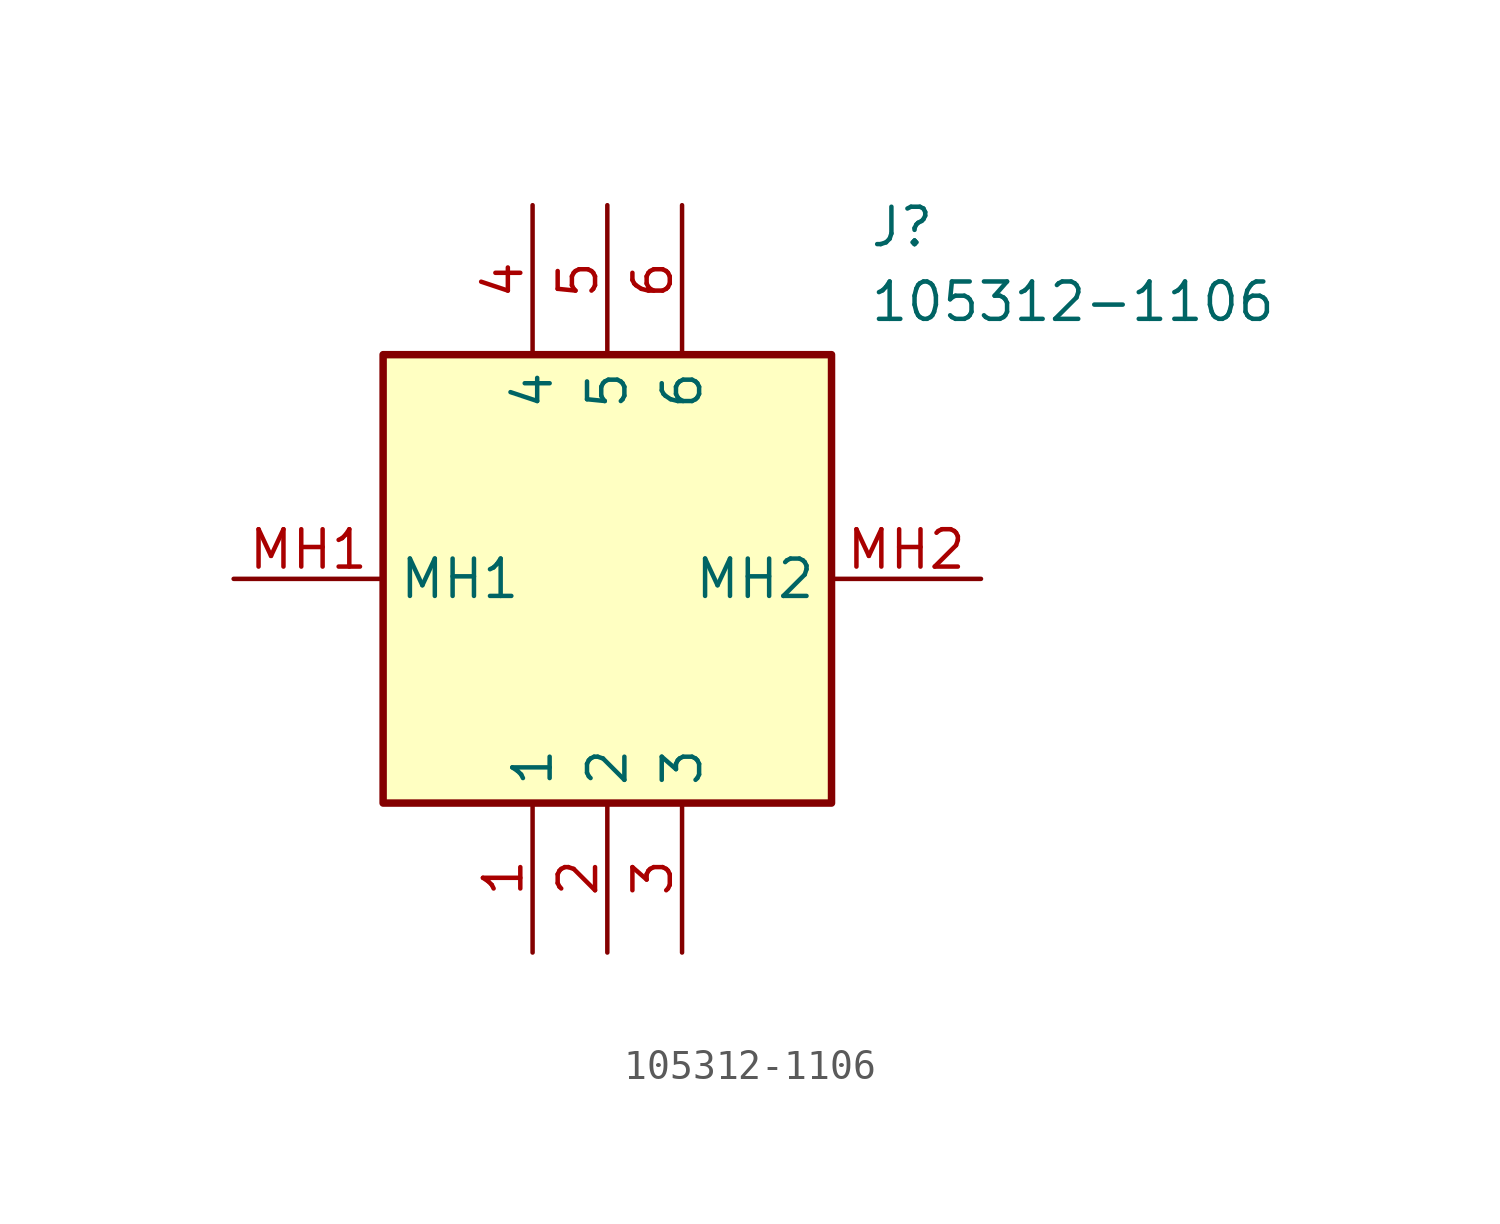
<source format=kicad_sym>
(kicad_symbol_lib
  (version 20211014)
  (generator SamacSys_ECAD_Model)
  (symbol "105312-1106"
    (property "Reference" "J"
      (at 21.59 12.7 0)
      (effects (font (size 1.27 1.27)) (justify left top)))
    (property "Value" "105312-1106"
      (at 21.59 10.16 0)
      (effects (font (size 1.27 1.27)) (justify left top)))
    (rectangle
      (start 5.08 7.62)
      (end 20.32 -7.62)
      (stroke (width 0.254) (type default))
      (fill (type background)))
    (pin passive line
      (at 10.16 -12.7 90)
      (length 5.08)
      (name "1" (effects (font (size 1.27 1.27))))
      (number "1" (effects (font (size 1.27 1.27)))))
    (pin passive line
      (at 12.7 -12.7 90)
      (length 5.08)
      (name "2" (effects (font (size 1.27 1.27))))
      (number "2" (effects (font (size 1.27 1.27)))))
    (pin passive line
      (at 15.24 -12.7 90)
      (length 5.08)
      (name "3" (effects (font (size 1.27 1.27))))
      (number "3" (effects (font (size 1.27 1.27)))))
    (pin passive line
      (at 10.16 12.7 270)
      (length 5.08)
      (name "4" (effects (font (size 1.27 1.27))))
      (number "4" (effects (font (size 1.27 1.27)))))
    (pin passive line
      (at 12.7 12.7 270)
      (length 5.08)
      (name "5" (effects (font (size 1.27 1.27))))
      (number "5" (effects (font (size 1.27 1.27)))))
    (pin passive line
      (at 15.24 12.7 270)
      (length 5.08)
      (name "6" (effects (font (size 1.27 1.27))))
      (number "6" (effects (font (size 1.27 1.27)))))
    (pin passive line
      (at 0 0 0)
      (length 5.08)
      (name "MH1" (effects (font (size 1.27 1.27))))
      (number "MH1" (effects (font (size 1.27 1.27)))))
    (pin passive line
      (at 25.4 0 180)
      (length 5.08)
      (name "MH2" (effects (font (size 1.27 1.27))))
      (number "MH2" (effects (font (size 1.27 1.27)))))))
</source>
